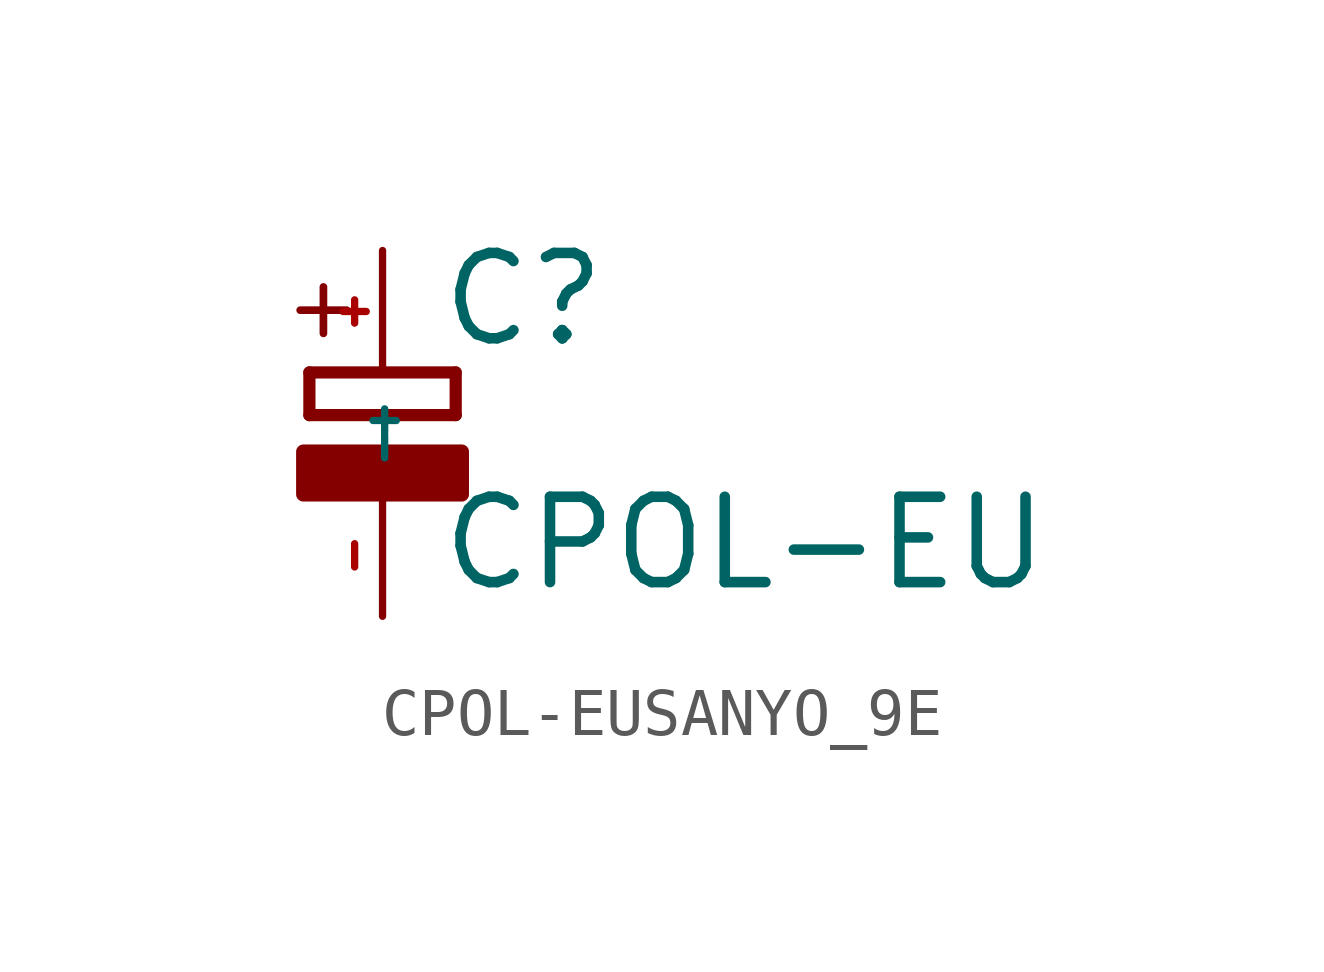
<source format=kicad_sym>
(kicad_symbol_lib
  (version 20220914)
  (generator Eagle2Kicad)
  (symbol "CPOL-EUSANYO_9E"
    (property "Reference" "C"
      (at 1.143 0.483 0)
      (effects (font (size 1.778 1.778) (thickness 0.22)) (justify left bottom)))
    (property "Value" "CPOL-EU"
      (at 1.143 -4.597 0)
      (effects (font (size 1.778 1.778) (thickness 0.22)) (justify left bottom)))
    (polyline
      (pts (xy -1.524 -0.889) (xy 1.524 -0.889))
      (stroke (width 0.254) (type default))
      (fill (type none)))
    (polyline
      (pts (xy 1.524 -0.889) (xy 1.524 0))
      (stroke (width 0.254) (type default))
      (fill (type none)))
    (polyline
      (pts (xy -1.524 0) (xy -1.524 -0.889))
      (stroke (width 0.254) (type default))
      (fill (type none)))
    (polyline
      (pts (xy -1.524 0) (xy 1.524 0))
      (stroke (width 0.254) (type default))
      (fill (type none)))
    (text "+"
      (at -0.584 0.406 900)
      (effects (font (size 1.27 1.27) (thickness 0.16)) (justify left bottom)))
    (rectangle
      (start -1.651 -2.54)
      (end 1.651 -1.651)
      (stroke (width 0.3) (type default))
      (fill (type outline)))
    (pin passive line
      (at 0 -5.08 90)
      (length 2.54)
      (name "-" (effects (font (size 0.635 0.635) (thickness 0.08)) (justify left bottom)))
      (number "-" (effects (font (size 0.635 0.635) (thickness 0.08)) (justify left bottom))))
    (pin passive line
      (at 0 2.54 270)
      (length 2.54)
      (name "+" (effects (font (size 0.635 0.635) (thickness 0.08)) (justify left bottom)))
      (number "+" (effects (font (size 0.635 0.635) (thickness 0.08)) (justify left bottom))))))
</source>
